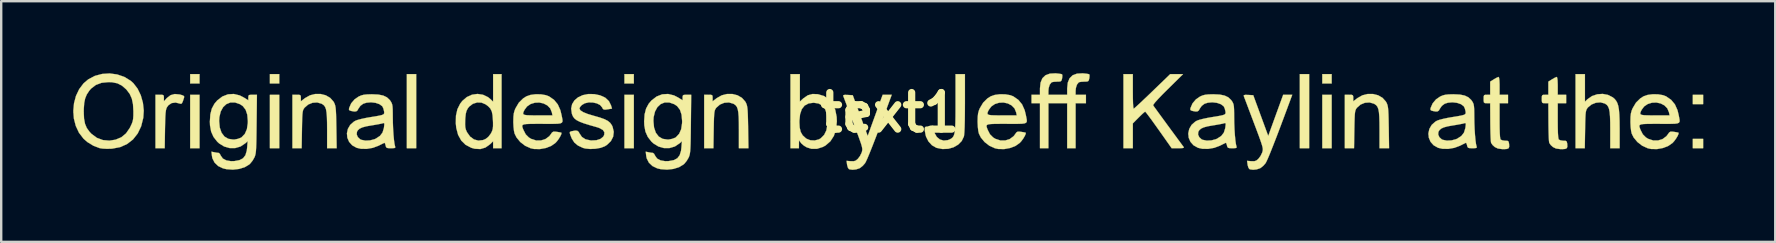
<source format=kicad_pcb>
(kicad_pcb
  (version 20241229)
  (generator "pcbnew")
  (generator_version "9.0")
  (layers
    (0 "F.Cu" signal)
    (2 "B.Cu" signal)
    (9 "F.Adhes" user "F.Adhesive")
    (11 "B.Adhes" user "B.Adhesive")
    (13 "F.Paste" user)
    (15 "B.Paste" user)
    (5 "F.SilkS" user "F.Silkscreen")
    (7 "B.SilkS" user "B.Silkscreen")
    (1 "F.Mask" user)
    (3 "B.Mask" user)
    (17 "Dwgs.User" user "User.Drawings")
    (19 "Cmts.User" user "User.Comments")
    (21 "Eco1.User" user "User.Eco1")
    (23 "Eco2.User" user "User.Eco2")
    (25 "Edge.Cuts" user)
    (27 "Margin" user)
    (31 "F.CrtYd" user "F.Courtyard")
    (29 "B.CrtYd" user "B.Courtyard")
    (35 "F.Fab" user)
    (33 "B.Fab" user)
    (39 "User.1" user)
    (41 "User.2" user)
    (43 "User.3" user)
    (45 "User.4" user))
  (footprint "text1"
    (layer "F.Cu")
    (at 34.024 1.64)
    (property "Reference" "text1" (at 0 0 0) (layer "F.SilkS") (effects (font (size 1.524 1.524) (thickness 0.3))))
    (attr through_hole)
    (fp_poly (pts (xy -28.761 -1.211) (xy -29.151 -1.211) (xy -29.151 -1.602) (xy -28.761 -1.602) (xy -28.761 -1.211)) (stroke (width 0.01) (type solid)) (fill yes) (layer "F.SilkS"))
    (fp_poly (pts (xy -28.761 1.485) (xy -29.151 1.485) (xy -29.151 -0.742) (xy -28.761 -0.742) (xy -28.761 1.485)) (stroke (width 0.01) (type solid)) (fill yes) (layer "F.SilkS"))
    (fp_poly (pts (xy -25.439 -1.211) (xy -25.83 -1.211) (xy -25.83 -1.602) (xy -25.439 -1.602) (xy -25.439 -1.211)) (stroke (width 0.01) (type solid)) (fill yes) (layer "F.SilkS"))
    (fp_poly (pts (xy -25.439 1.485) (xy -25.83 1.485) (xy -25.83 -0.742) (xy -25.439 -0.742) (xy -25.439 1.485)) (stroke (width 0.01) (type solid)) (fill yes) (layer "F.SilkS"))
    (fp_poly (pts (xy -19.734 1.485) (xy -20.125 1.485) (xy -20.125 -1.602) (xy -19.734 -1.602) (xy -19.734 1.485)) (stroke (width 0.01) (type solid)) (fill yes) (layer "F.SilkS"))
    (fp_poly (pts (xy -10.668 -1.211) (xy -11.059 -1.211) (xy -11.059 -1.602) (xy -10.668 -1.602) (xy -10.668 -1.211)) (stroke (width 0.01) (type solid)) (fill yes) (layer "F.SilkS"))
    (fp_poly (pts (xy -10.668 1.485) (xy -11.059 1.485) (xy -11.059 -0.742) (xy -10.668 -0.742) (xy -10.668 1.485)) (stroke (width 0.01) (type solid)) (fill yes) (layer "F.SilkS"))
    (fp_poly (pts (xy 17.467 1.485) (xy 17.077 1.485) (xy 17.077 -1.602) (xy 17.467 -1.602) (xy 17.467 1.485)) (stroke (width 0.01) (type solid)) (fill yes) (layer "F.SilkS"))
    (fp_poly (pts (xy 18.405 -1.211) (xy 18.014 -1.211) (xy 18.014 -1.602) (xy 18.405 -1.602) (xy 18.405 -1.211)) (stroke (width 0.01) (type solid)) (fill yes) (layer "F.SilkS"))
    (fp_poly (pts (xy 18.405 1.485) (xy 18.014 1.485) (xy 18.014 -0.742) (xy 18.405 -0.742) (xy 18.405 1.485)) (stroke (width 0.01) (type solid)) (fill yes) (layer "F.SilkS"))
    (fp_poly (pts (xy 33.88 -0.352) (xy 33.45 -0.352) (xy 33.45 -0.742) (xy 33.88 -0.742) (xy 33.88 -0.352)) (stroke (width 0.01) (type solid)) (fill yes) (layer "F.SilkS"))
    (fp_poly (pts (xy 33.88 1.485) (xy 33.45 1.485) (xy 33.45 1.094) (xy 33.88 1.094) (xy 33.88 1.485)) (stroke (width 0.01) (type solid)) (fill yes) (layer "F.SilkS"))
    (fp_poly (pts (xy -29.585 -0.753) (xy -29.549 -0.744) (xy -29.446 -0.711) (xy -29.404 -0.677) (xy -29.405 -0.626) (xy -29.409 -0.613) (xy -29.455 -0.473) (xy -29.492 -0.394) (xy -29.527 -0.365) (xy -29.569 -0.371) (xy -29.572 -0.372) (xy -29.758 -0.418) (xy -29.924 -0.395) (xy -30.058 -0.305) (xy -30.12 -0.219) (xy -30.144 -0.164) (xy -30.162 -0.089) (xy -30.176 0.018) (xy -30.186 0.167) (xy -30.193 0.369) (xy -30.199 0.637) (xy -30.2 0.694) (xy -30.212 1.485) (xy -30.597 1.485) (xy -30.597 -0.742) (xy -30.421 -0.742) (xy -30.313 -0.74) (xy -30.262 -0.72) (xy -30.247 -0.667) (xy -30.246 -0.606) (xy -30.246 -0.47) (xy -30.119 -0.608) (xy -29.968 -0.725) (xy -29.793 -0.773) (xy -29.585 -0.753)) (stroke (width 0.01) (type solid)) (fill yes) (layer "F.SilkS"))
    (fp_poly (pts (xy 28.956 -0.454) (xy 29.063 -0.557) (xy 29.251 -0.688) (xy 29.468 -0.762) (xy 29.697 -0.778) (xy 29.918 -0.736) (xy 30.114 -0.636) (xy 30.19 -0.572) (xy 30.255 -0.493) (xy 30.306 -0.399) (xy 30.345 -0.278) (xy 30.372 -0.12) (xy 30.389 0.084) (xy 30.399 0.345) (xy 30.402 0.672) (xy 30.402 0.725) (xy 30.402 1.485) (xy 30.011 1.485) (xy 30.011 0.713) (xy 30.009 0.404) (xy 30.001 0.164) (xy 29.986 -0.019) (xy 29.96 -0.153) (xy 29.922 -0.249) (xy 29.871 -0.317) (xy 29.803 -0.366) (xy 29.777 -0.38) (xy 29.603 -0.426) (xy 29.414 -0.41) (xy 29.233 -0.338) (xy 29.084 -0.217) (xy 29.056 -0.183) (xy 29.029 -0.139) (xy 29.008 -0.088) (xy 28.992 -0.016) (xy 28.981 0.087) (xy 28.974 0.232) (xy 28.968 0.433) (xy 28.963 0.7) (xy 28.963 0.706) (xy 28.95 1.485) (xy 28.565 1.485) (xy 28.565 -1.602) (xy 28.956 -1.602) (xy 28.956 -0.454)) (stroke (width 0.01) (type solid)) (fill yes) (layer "F.SilkS"))
    (fp_poly (pts (xy 3.126 -0.381) (xy 3.124 0.005) (xy 3.12 0.336) (xy 3.113 0.608) (xy 3.103 0.814) (xy 3.091 0.95) (xy 3.083 0.996) (xy 2.993 1.184) (xy 2.844 1.335) (xy 2.652 1.446) (xy 2.429 1.509) (xy 2.19 1.519) (xy 1.949 1.471) (xy 1.934 1.466) (xy 1.755 1.364) (xy 1.608 1.205) (xy 1.508 1.008) (xy 1.487 0.932) (xy 1.456 0.765) (xy 1.448 0.659) (xy 1.467 0.604) (xy 1.511 0.586) (xy 1.519 0.586) (xy 1.61 0.579) (xy 1.714 0.562) (xy 1.797 0.551) (xy 1.83 0.577) (xy 1.837 0.661) (xy 1.837 0.669) (xy 1.868 0.863) (xy 1.955 1.016) (xy 2.083 1.12) (xy 2.241 1.167) (xy 2.415 1.148) (xy 2.506 1.111) (xy 2.566 1.076) (xy 2.615 1.034) (xy 2.654 0.976) (xy 2.683 0.896) (xy 2.704 0.783) (xy 2.719 0.631) (xy 2.728 0.431) (xy 2.733 0.175) (xy 2.735 -0.145) (xy 2.735 -0.409) (xy 2.735 -1.602) (xy 3.126 -1.602) (xy 3.126 -0.381)) (stroke (width 0.01) (type solid)) (fill yes) (layer "F.SilkS"))
    (fp_poly (pts (xy -23.714 -0.774) (xy -23.503 -0.72) (xy -23.32 -0.614) (xy -23.181 -0.459) (xy -23.153 -0.41) (xy -23.127 -0.351) (xy -23.107 -0.284) (xy -23.092 -0.198) (xy -23.081 -0.08) (xy -23.073 0.08) (xy -23.067 0.294) (xy -23.062 0.573) (xy -23.061 0.615) (xy -23.048 1.485) (xy -23.446 1.485) (xy -23.446 0.722) (xy -23.448 0.415) (xy -23.455 0.176) (xy -23.47 -0.005) (xy -23.493 -0.138) (xy -23.529 -0.233) (xy -23.578 -0.301) (xy -23.643 -0.35) (xy -23.676 -0.369) (xy -23.859 -0.422) (xy -24.052 -0.409) (xy -24.234 -0.335) (xy -24.385 -0.204) (xy -24.401 -0.183) (xy -24.429 -0.139) (xy -24.45 -0.088) (xy -24.465 -0.016) (xy -24.476 0.087) (xy -24.484 0.232) (xy -24.489 0.433) (xy -24.494 0.7) (xy -24.494 0.706) (xy -24.507 1.485) (xy -24.892 1.485) (xy -24.892 -0.742) (xy -24.716 -0.742) (xy -24.608 -0.74) (xy -24.557 -0.72) (xy -24.541 -0.667) (xy -24.54 -0.606) (xy -24.54 -0.469) (xy -24.365 -0.604) (xy -24.16 -0.719) (xy -23.938 -0.775) (xy -23.714 -0.774)) (stroke (width 0.01) (type solid)) (fill yes) (layer "F.SilkS"))
    (fp_poly (pts (xy -6.559 -0.774) (xy -6.348 -0.72) (xy -6.165 -0.614) (xy -6.026 -0.459) (xy -5.998 -0.41) (xy -5.973 -0.351) (xy -5.953 -0.284) (xy -5.938 -0.198) (xy -5.927 -0.08) (xy -5.919 0.08) (xy -5.913 0.294) (xy -5.907 0.573) (xy -5.907 0.615) (xy -5.893 1.485) (xy -6.291 1.485) (xy -6.291 0.722) (xy -6.293 0.415) (xy -6.3 0.176) (xy -6.315 -0.005) (xy -6.339 -0.138) (xy -6.374 -0.233) (xy -6.423 -0.301) (xy -6.488 -0.35) (xy -6.521 -0.369) (xy -6.704 -0.422) (xy -6.898 -0.409) (xy -7.08 -0.335) (xy -7.23 -0.204) (xy -7.246 -0.183) (xy -7.274 -0.139) (xy -7.295 -0.088) (xy -7.31 -0.016) (xy -7.321 0.087) (xy -7.329 0.232) (xy -7.335 0.433) (xy -7.34 0.7) (xy -7.34 0.706) (xy -7.352 1.485) (xy -7.737 1.485) (xy -7.737 -0.742) (xy -7.561 -0.742) (xy -7.453 -0.74) (xy -7.402 -0.72) (xy -7.387 -0.667) (xy -7.386 -0.606) (xy -7.386 -0.469) (xy -7.21 -0.604) (xy -7.005 -0.719) (xy -6.783 -0.775) (xy -6.559 -0.774)) (stroke (width 0.01) (type solid)) (fill yes) (layer "F.SilkS"))
    (fp_poly (pts (xy 20.13 -0.774) (xy 20.342 -0.72) (xy 20.524 -0.614) (xy 20.663 -0.459) (xy 20.691 -0.41) (xy 20.717 -0.351) (xy 20.737 -0.284) (xy 20.752 -0.198) (xy 20.763 -0.08) (xy 20.771 0.08) (xy 20.777 0.294) (xy 20.782 0.573) (xy 20.783 0.615) (xy 20.796 1.485) (xy 20.398 1.485) (xy 20.398 0.722) (xy 20.396 0.415) (xy 20.389 0.176) (xy 20.375 -0.005) (xy 20.351 -0.138) (xy 20.315 -0.233) (xy 20.266 -0.301) (xy 20.201 -0.35) (xy 20.169 -0.369) (xy 19.985 -0.422) (xy 19.792 -0.409) (xy 19.61 -0.335) (xy 19.46 -0.204) (xy 19.444 -0.183) (xy 19.416 -0.139) (xy 19.395 -0.088) (xy 19.379 -0.016) (xy 19.368 0.087) (xy 19.361 0.232) (xy 19.355 0.433) (xy 19.35 0.7) (xy 19.35 0.706) (xy 19.337 1.485) (xy 18.952 1.485) (xy 18.952 -0.742) (xy 19.128 -0.742) (xy 19.236 -0.74) (xy 19.287 -0.72) (xy 19.303 -0.667) (xy 19.304 -0.606) (xy 19.304 -0.469) (xy 19.48 -0.604) (xy 19.684 -0.719) (xy 19.906 -0.775) (xy 20.13 -0.774)) (stroke (width 0.01) (type solid)) (fill yes) (layer "F.SilkS"))
    (fp_poly (pts (xy 25.379 -1.448) (xy 25.393 -1.343) (xy 25.4 -1.18) (xy 25.4 -1.114) (xy 25.4 -0.742) (xy 25.752 -0.742) (xy 25.752 -0.391) (xy 25.4 -0.391) (xy 25.4 0.344) (xy 25.402 0.636) (xy 25.408 0.855) (xy 25.418 1.006) (xy 25.433 1.096) (xy 25.447 1.125) (xy 25.515 1.157) (xy 25.621 1.172) (xy 25.638 1.172) (xy 25.731 1.177) (xy 25.775 1.208) (xy 25.793 1.286) (xy 25.797 1.328) (xy 25.8 1.427) (xy 25.776 1.486) (xy 25.708 1.515) (xy 25.584 1.524) (xy 25.52 1.524) (xy 25.328 1.497) (xy 25.202 1.436) (xy 25.11 1.354) (xy 25.05 1.266) (xy 25.044 1.25) (xy 25.036 1.182) (xy 25.028 1.049) (xy 25.021 0.866) (xy 25.016 0.646) (xy 25.013 0.404) (xy 25.013 0.381) (xy 25.009 -0.391) (xy 24.872 -0.391) (xy 24.788 -0.395) (xy 24.749 -0.42) (xy 24.737 -0.488) (xy 24.736 -0.567) (xy 24.739 -0.675) (xy 24.758 -0.726) (xy 24.812 -0.741) (xy 24.872 -0.742) (xy 25.009 -0.742) (xy 25.009 -1.289) (xy 25.165 -1.387) (xy 25.265 -1.445) (xy 25.341 -1.48) (xy 25.36 -1.485) (xy 25.379 -1.448)) (stroke (width 0.01) (type solid)) (fill yes) (layer "F.SilkS"))
    (fp_poly (pts (xy 27.802 -1.448) (xy 27.816 -1.343) (xy 27.822 -1.18) (xy 27.823 -1.114) (xy 27.823 -0.742) (xy 28.174 -0.742) (xy 28.174 -0.391) (xy 27.823 -0.391) (xy 27.823 0.344) (xy 27.825 0.636) (xy 27.831 0.855) (xy 27.841 1.006) (xy 27.856 1.096) (xy 27.87 1.125) (xy 27.938 1.157) (xy 28.044 1.172) (xy 28.061 1.172) (xy 28.154 1.177) (xy 28.198 1.208) (xy 28.216 1.286) (xy 28.22 1.328) (xy 28.223 1.427) (xy 28.198 1.486) (xy 28.131 1.515) (xy 28.006 1.524) (xy 27.943 1.524) (xy 27.75 1.497) (xy 27.625 1.436) (xy 27.533 1.354) (xy 27.473 1.266) (xy 27.467 1.25) (xy 27.458 1.182) (xy 27.45 1.049) (xy 27.444 0.866) (xy 27.439 0.646) (xy 27.436 0.404) (xy 27.436 0.381) (xy 27.432 -0.391) (xy 27.295 -0.391) (xy 27.211 -0.395) (xy 27.171 -0.42) (xy 27.159 -0.488) (xy 27.158 -0.567) (xy 27.161 -0.675) (xy 27.181 -0.726) (xy 27.234 -0.741) (xy 27.295 -0.742) (xy 27.432 -0.742) (xy 27.432 -1.289) (xy 27.588 -1.387) (xy 27.688 -1.445) (xy 27.764 -1.48) (xy 27.783 -1.485) (xy 27.802 -1.448)) (stroke (width 0.01) (type solid)) (fill yes) (layer "F.SilkS"))
    (fp_poly (pts (xy -3.751 -0.46) (xy -3.597 -0.599) (xy -3.418 -0.721) (xy -3.219 -0.774) (xy -2.999 -0.765) (xy -2.751 -0.692) (xy -2.546 -0.555) (xy -2.386 -0.361) (xy -2.276 -0.114) (xy -2.218 0.181) (xy -2.21 0.371) (xy -2.243 0.693) (xy -2.333 0.969) (xy -2.479 1.196) (xy -2.678 1.369) (xy -2.791 1.431) (xy -3.034 1.509) (xy -3.266 1.51) (xy -3.461 1.45) (xy -3.583 1.377) (xy -3.686 1.288) (xy -3.704 1.265) (xy -3.788 1.153) (xy -3.79 1.485) (xy -4.142 1.485) (xy -4.142 0.391) (xy -3.771 0.391) (xy -3.758 0.628) (xy -3.715 0.808) (xy -3.634 0.948) (xy -3.508 1.065) (xy -3.476 1.088) (xy -3.316 1.153) (xy -3.134 1.162) (xy -2.959 1.117) (xy -2.881 1.071) (xy -2.739 0.929) (xy -2.648 0.744) (xy -2.605 0.508) (xy -2.6 0.371) (xy -2.623 0.09) (xy -2.693 -0.129) (xy -2.809 -0.285) (xy -2.972 -0.379) (xy -3.178 -0.41) (xy -3.389 -0.381) (xy -3.552 -0.292) (xy -3.67 -0.143) (xy -3.742 0.069) (xy -3.77 0.345) (xy -3.771 0.391) (xy -4.142 0.391) (xy -4.142 -1.602) (xy -3.751 -1.602) (xy -3.751 -0.46)) (stroke (width 0.01) (type solid)) (fill yes) (layer "F.SilkS"))
    (fp_poly (pts (xy -0.006 -0.518) (xy -0.223 0.069) (xy -0.416 0.582) (xy -0.583 1.022) (xy -0.725 1.388) (xy -0.842 1.681) (xy -0.934 1.901) (xy -1 2.046) (xy -1.037 2.112) (xy -1.131 2.219) (xy -1.239 2.305) (xy -1.269 2.322) (xy -1.408 2.367) (xy -1.554 2.382) (xy -1.677 2.366) (xy -1.713 2.35) (xy -1.751 2.292) (xy -1.78 2.191) (xy -1.785 2.164) (xy -1.805 2.011) (xy -1.626 2.026) (xy -1.505 2.027) (xy -1.421 1.999) (xy -1.337 1.929) (xy -1.333 1.925) (xy -1.246 1.81) (xy -1.178 1.672) (xy -1.17 1.648) (xy -1.157 1.6) (xy -1.15 1.552) (xy -1.152 1.495) (xy -1.166 1.421) (xy -1.194 1.321) (xy -1.24 1.186) (xy -1.304 1.006) (xy -1.391 0.772) (xy -1.503 0.476) (xy -1.523 0.421) (xy -1.627 0.147) (xy -1.722 -0.104) (xy -1.804 -0.323) (xy -1.871 -0.5) (xy -1.918 -0.626) (xy -1.943 -0.691) (xy -1.945 -0.696) (xy -1.937 -0.725) (xy -1.877 -0.738) (xy -1.756 -0.735) (xy -1.547 -0.723) (xy -1.236 0.126) (xy -0.924 0.974) (xy -0.613 0.116) (xy -0.301 -0.742) (xy 0.077 -0.742) (xy -0.006 -0.518)) (stroke (width 0.01) (type solid)) (fill yes) (layer "F.SilkS"))
    (fp_poly (pts (xy 16.68 -0.518) (xy 16.462 0.069) (xy 16.27 0.582) (xy 16.103 1.022) (xy 15.96 1.388) (xy 15.844 1.681) (xy 15.752 1.901) (xy 15.685 2.046) (xy 15.649 2.112) (xy 15.555 2.219) (xy 15.447 2.305) (xy 15.416 2.322) (xy 15.278 2.367) (xy 15.132 2.382) (xy 15.009 2.366) (xy 14.973 2.35) (xy 14.935 2.292) (xy 14.905 2.191) (xy 14.901 2.164) (xy 14.88 2.011) (xy 15.059 2.026) (xy 15.181 2.027) (xy 15.265 1.999) (xy 15.349 1.929) (xy 15.353 1.925) (xy 15.44 1.81) (xy 15.508 1.672) (xy 15.516 1.648) (xy 15.529 1.6) (xy 15.536 1.552) (xy 15.534 1.495) (xy 15.52 1.421) (xy 15.491 1.321) (xy 15.446 1.186) (xy 15.382 1.006) (xy 15.295 0.772) (xy 15.183 0.476) (xy 15.162 0.421) (xy 15.059 0.147) (xy 14.964 -0.104) (xy 14.882 -0.323) (xy 14.815 -0.5) (xy 14.767 -0.626) (xy 14.743 -0.691) (xy 14.741 -0.696) (xy 14.749 -0.725) (xy 14.809 -0.738) (xy 14.93 -0.735) (xy 15.138 -0.723) (xy 15.45 0.126) (xy 15.762 0.974) (xy 16.073 0.116) (xy 16.385 -0.742) (xy 16.763 -0.742) (xy 16.68 -0.518)) (stroke (width 0.01) (type solid)) (fill yes) (layer "F.SilkS"))
    (fp_poly (pts (xy 10.121 -0.876) (xy 10.123 -0.59) (xy 10.129 -0.375) (xy 10.139 -0.234) (xy 10.153 -0.168) (xy 10.161 -0.163) (xy 10.198 -0.193) (xy 10.284 -0.27) (xy 10.411 -0.386) (xy 10.569 -0.536) (xy 10.753 -0.71) (xy 10.939 -0.889) (xy 11.678 -1.602) (xy 11.945 -1.601) (xy 12.212 -1.6) (xy 11.576 -0.974) (xy 11.357 -0.756) (xy 11.184 -0.576) (xy 11.059 -0.438) (xy 10.986 -0.345) (xy 10.968 -0.301) (xy 10.968 -0.301) (xy 10.996 -0.26) (xy 11.064 -0.166) (xy 11.163 -0.03) (xy 11.286 0.139) (xy 11.426 0.33) (xy 11.574 0.533) (xy 11.725 0.738) (xy 11.869 0.934) (xy 12 1.112) (xy 12.11 1.261) (xy 12.191 1.371) (xy 12.237 1.432) (xy 12.241 1.436) (xy 12.245 1.462) (xy 12.199 1.478) (xy 12.091 1.484) (xy 12.009 1.485) (xy 11.739 1.485) (xy 11.201 0.723) (xy 11.049 0.51) (xy 10.912 0.319) (xy 10.795 0.161) (xy 10.706 0.043) (xy 10.65 -0.025) (xy 10.635 -0.039) (xy 10.597 -0.013) (xy 10.518 0.056) (xy 10.414 0.157) (xy 10.364 0.206) (xy 10.121 0.451) (xy 10.121 1.485) (xy 9.73 1.485) (xy 9.73 -1.602) (xy 10.121 -1.602) (xy 10.121 -0.876)) (stroke (width 0.01) (type solid)) (fill yes) (layer "F.SilkS"))
    (fp_poly (pts (xy -16.178 1.485) (xy -16.53 1.485) (xy -16.53 1.196) (xy -16.657 1.319) (xy -16.85 1.457) (xy -17.064 1.52) (xy -17.299 1.507) (xy -17.438 1.468) (xy -17.674 1.346) (xy -17.858 1.165) (xy -17.989 0.929) (xy -18.066 0.637) (xy -18.081 0.486) (xy -17.697 0.486) (xy -17.69 0.609) (xy -17.667 0.707) (xy -17.625 0.804) (xy -17.617 0.82) (xy -17.488 1.002) (xy -17.327 1.119) (xy -17.145 1.168) (xy -16.952 1.146) (xy -16.843 1.1) (xy -16.726 1.007) (xy -16.625 0.873) (xy -16.615 0.856) (xy -16.571 0.764) (xy -16.545 0.676) (xy -16.534 0.569) (xy -16.534 0.419) (xy -16.538 0.323) (xy -16.554 0.108) (xy -16.586 -0.048) (xy -16.645 -0.166) (xy -16.739 -0.265) (xy -16.842 -0.342) (xy -17.013 -0.415) (xy -17.197 -0.421) (xy -17.375 -0.365) (xy -17.526 -0.25) (xy -17.592 -0.164) (xy -17.64 -0.066) (xy -17.67 0.053) (xy -17.688 0.218) (xy -17.693 0.31) (xy -17.697 0.486) (xy -18.081 0.486) (xy -18.085 0.447) (xy -18.078 0.129) (xy -18.018 -0.14) (xy -17.902 -0.371) (xy -17.813 -0.486) (xy -17.625 -0.647) (xy -17.409 -0.745) (xy -17.18 -0.777) (xy -16.953 -0.743) (xy -16.742 -0.642) (xy -16.637 -0.557) (xy -16.53 -0.454) (xy -16.53 -1.602) (xy -16.178 -1.602) (xy -16.178 1.485)) (stroke (width 0.01) (type solid)) (fill yes) (layer "F.SilkS"))
    (fp_poly (pts (xy 8.058 -1.633) (xy 8.184 -1.62) (xy 8.276 -1.604) (xy 8.308 -1.592) (xy 8.318 -1.54) (xy 8.31 -1.446) (xy 8.307 -1.428) (xy 8.287 -1.344) (xy 8.252 -1.303) (xy 8.178 -1.29) (xy 8.097 -1.289) (xy 7.978 -1.283) (xy 7.891 -1.268) (xy 7.87 -1.26) (xy 7.794 -1.167) (xy 7.748 -1.023) (xy 7.737 -0.901) (xy 7.737 -0.742) (xy 8.167 -0.742) (xy 8.167 -0.391) (xy 7.737 -0.391) (xy 7.737 1.485) (xy 7.386 1.485) (xy 7.386 -0.391) (xy 6.604 -0.391) (xy 6.604 1.485) (xy 6.252 1.485) (xy 6.252 -0.391) (xy 5.901 -0.391) (xy 5.901 -0.742) (xy 6.252 -0.742) (xy 6.252 -1.006) (xy 6.277 -1.248) (xy 6.353 -1.43) (xy 6.481 -1.554) (xy 6.662 -1.622) (xy 6.899 -1.635) (xy 6.924 -1.633) (xy 7.05 -1.62) (xy 7.143 -1.604) (xy 7.174 -1.592) (xy 7.185 -1.54) (xy 7.177 -1.446) (xy 7.174 -1.428) (xy 7.153 -1.344) (xy 7.118 -1.303) (xy 7.045 -1.29) (xy 6.964 -1.289) (xy 6.845 -1.283) (xy 6.758 -1.268) (xy 6.737 -1.26) (xy 6.661 -1.167) (xy 6.615 -1.023) (xy 6.604 -0.901) (xy 6.604 -0.742) (xy 7.386 -0.742) (xy 7.386 -1.006) (xy 7.411 -1.248) (xy 7.486 -1.43) (xy 7.614 -1.554) (xy 7.795 -1.622) (xy 8.032 -1.635) (xy 8.058 -1.633)) (stroke (width 0.01) (type solid)) (fill yes) (layer "F.SilkS"))
    (fp_poly (pts (xy -32.191 -1.588) (xy -31.896 -1.487) (xy -31.633 -1.327) (xy -31.52 -1.227) (xy -31.343 -0.998) (xy -31.208 -0.72) (xy -31.12 -0.408) (xy -31.085 -0.083) (xy -31.105 0.218) (xy -31.193 0.57) (xy -31.338 0.872) (xy -31.534 1.12) (xy -31.779 1.31) (xy -32.068 1.439) (xy -32.397 1.502) (xy -32.463 1.507) (xy -32.632 1.509) (xy -32.792 1.501) (xy -32.908 1.485) (xy -32.913 1.484) (xy -33.179 1.384) (xy -33.433 1.229) (xy -33.594 1.088) (xy -33.784 0.84) (xy -33.917 0.556) (xy -33.996 0.248) (xy -34.016 -0.02) (xy -33.585 -0.02) (xy -33.573 0.25) (xy -33.533 0.464) (xy -33.459 0.642) (xy -33.342 0.803) (xy -33.256 0.893) (xy -33.037 1.053) (xy -32.785 1.146) (xy -32.512 1.169) (xy -32.259 1.129) (xy -32.019 1.028) (xy -31.825 0.868) (xy -31.669 0.643) (xy -31.645 0.596) (xy -31.585 0.469) (xy -31.547 0.365) (xy -31.527 0.259) (xy -31.518 0.125) (xy -31.517 -0.058) (xy -31.533 -0.347) (xy -31.582 -0.581) (xy -31.669 -0.776) (xy -31.801 -0.95) (xy -31.82 -0.971) (xy -31.997 -1.124) (xy -32.184 -1.219) (xy -32.405 -1.263) (xy -32.552 -1.269) (xy -32.839 -1.241) (xy -33.079 -1.152) (xy -33.278 -1) (xy -33.36 -0.905) (xy -33.459 -0.753) (xy -33.526 -0.59) (xy -33.566 -0.398) (xy -33.583 -0.156) (xy -33.585 -0.02) (xy -34.016 -0.02) (xy -34.019 -0.072) (xy -33.99 -0.391) (xy -33.908 -0.697) (xy -33.775 -0.976) (xy -33.592 -1.218) (xy -33.398 -1.383) (xy -33.121 -1.529) (xy -32.818 -1.61) (xy -32.503 -1.63) (xy -32.191 -1.588)) (stroke (width 0.01) (type solid)) (fill yes) (layer "F.SilkS"))
    (fp_poly (pts (xy -12.317 -0.769) (xy -12.075 -0.719) (xy -11.86 -0.622) (xy -11.706 -0.477) (xy -11.619 -0.302) (xy -11.577 -0.165) (xy -11.718 -0.142) (xy -11.844 -0.123) (xy -11.916 -0.126) (xy -11.958 -0.156) (xy -11.99 -0.217) (xy -12.075 -0.316) (xy -12.211 -0.384) (xy -12.377 -0.421) (xy -12.551 -0.423) (xy -12.712 -0.387) (xy -12.837 -0.312) (xy -12.904 -0.237) (xy -12.934 -0.176) (xy -12.934 -0.172) (xy -12.896 -0.096) (xy -12.78 -0.019) (xy -12.587 0.059) (xy -12.339 0.133) (xy -12.081 0.207) (xy -11.888 0.276) (xy -11.749 0.348) (xy -11.651 0.43) (xy -11.582 0.53) (xy -11.553 0.592) (xy -11.504 0.802) (xy -11.529 1.004) (xy -11.624 1.189) (xy -11.786 1.345) (xy -11.878 1.404) (xy -12.05 1.469) (xy -12.265 1.507) (xy -12.49 1.517) (xy -12.695 1.496) (xy -12.788 1.471) (xy -12.996 1.373) (xy -13.144 1.251) (xy -13.251 1.085) (xy -13.307 0.947) (xy -13.337 0.853) (xy -13.331 0.807) (xy -13.284 0.784) (xy -13.254 0.776) (xy -13.112 0.75) (xy -13.023 0.758) (xy -12.965 0.805) (xy -12.932 0.867) (xy -12.83 1.017) (xy -12.681 1.113) (xy -12.477 1.159) (xy -12.437 1.162) (xy -12.226 1.152) (xy -12.057 1.097) (xy -11.941 1.002) (xy -11.902 0.929) (xy -11.895 0.818) (xy -11.959 0.724) (xy -12.096 0.646) (xy -12.228 0.602) (xy -12.524 0.518) (xy -12.754 0.446) (xy -12.926 0.38) (xy -13.051 0.316) (xy -13.139 0.247) (xy -13.199 0.169) (xy -13.24 0.077) (xy -13.251 0.04) (xy -13.279 -0.167) (xy -13.239 -0.352) (xy -13.139 -0.511) (xy -12.988 -0.638) (xy -12.795 -0.726) (xy -12.569 -0.772) (xy -12.317 -0.769)) (stroke (width 0.01) (type solid)) (fill yes) (layer "F.SilkS"))
    (fp_poly (pts (xy -14.536 -0.76) (xy -14.331 -0.725) (xy -14.204 -0.677) (xy -13.992 -0.53) (xy -13.836 -0.341) (xy -13.729 -0.102) (xy -13.681 0.096) (xy -13.656 0.218) (xy -13.64 0.31) (xy -13.641 0.377) (xy -13.669 0.422) (xy -13.73 0.45) (xy -13.836 0.464) (xy -13.994 0.469) (xy -14.212 0.47) (xy -14.478 0.469) (xy -14.764 0.469) (xy -14.98 0.471) (xy -15.135 0.477) (xy -15.238 0.49) (xy -15.295 0.513) (xy -15.317 0.549) (xy -15.312 0.601) (xy -15.288 0.67) (xy -15.266 0.724) (xy -15.171 0.908) (xy -15.041 1.037) (xy -14.944 1.096) (xy -14.742 1.161) (xy -14.537 1.162) (xy -14.348 1.102) (xy -14.191 0.986) (xy -14.132 0.91) (xy -14.075 0.829) (xy -14.02 0.795) (xy -13.935 0.795) (xy -13.872 0.803) (xy -13.765 0.82) (xy -13.696 0.835) (xy -13.684 0.84) (xy -13.685 0.888) (xy -13.724 0.976) (xy -13.788 1.084) (xy -13.867 1.192) (xy -13.933 1.264) (xy -14.11 1.389) (xy -14.335 1.476) (xy -14.581 1.521) (xy -14.825 1.517) (xy -14.967 1.487) (xy -15.195 1.384) (xy -15.397 1.228) (xy -15.555 1.037) (xy -15.636 0.875) (xy -15.661 0.762) (xy -15.679 0.6) (xy -15.689 0.416) (xy -15.689 0.371) (xy -15.684 0.176) (xy -15.668 0.032) (xy -15.667 0.03) (xy -15.281 0.03) (xy -15.267 0.071) (xy -15.213 0.097) (xy -15.108 0.111) (xy -14.944 0.116) (xy -14.712 0.117) (xy -14.668 0.117) (xy -14.058 0.117) (xy -14.083 -0.008) (xy -14.151 -0.174) (xy -14.272 -0.298) (xy -14.429 -0.38) (xy -14.607 -0.419) (xy -14.791 -0.411) (xy -14.967 -0.357) (xy -15.117 -0.255) (xy -15.221 -0.116) (xy -15.263 -0.031) (xy -15.281 0.03) (xy -15.667 0.03) (xy -15.635 -0.088) (xy -15.599 -0.176) (xy -15.459 -0.413) (xy -15.278 -0.591) (xy -15.142 -0.677) (xy -14.972 -0.736) (xy -14.76 -0.764) (xy -14.536 -0.76)) (stroke (width 0.01) (type solid)) (fill yes) (layer "F.SilkS"))
    (fp_poly (pts (xy 4.807 -0.76) (xy 5.012 -0.725) (xy 5.139 -0.677) (xy 5.351 -0.53) (xy 5.507 -0.341) (xy 5.614 -0.102) (xy 5.663 0.096) (xy 5.687 0.218) (xy 5.703 0.31) (xy 5.702 0.377) (xy 5.675 0.422) (xy 5.613 0.45) (xy 5.507 0.464) (xy 5.35 0.469) (xy 5.131 0.47) (xy 4.865 0.469) (xy 4.579 0.469) (xy 4.363 0.471) (xy 4.208 0.477) (xy 4.106 0.49) (xy 4.048 0.513) (xy 4.026 0.549) (xy 4.031 0.601) (xy 4.056 0.67) (xy 4.077 0.724) (xy 4.172 0.908) (xy 4.302 1.037) (xy 4.4 1.096) (xy 4.601 1.161) (xy 4.806 1.162) (xy 4.995 1.102) (xy 5.152 0.986) (xy 5.211 0.91) (xy 5.268 0.829) (xy 5.323 0.795) (xy 5.408 0.795) (xy 5.471 0.803) (xy 5.578 0.82) (xy 5.647 0.835) (xy 5.659 0.84) (xy 5.658 0.888) (xy 5.619 0.976) (xy 5.555 1.084) (xy 5.476 1.192) (xy 5.41 1.264) (xy 5.233 1.389) (xy 5.008 1.476) (xy 4.762 1.521) (xy 4.518 1.517) (xy 4.376 1.487) (xy 4.148 1.384) (xy 3.946 1.228) (xy 3.788 1.037) (xy 3.708 0.875) (xy 3.682 0.762) (xy 3.664 0.6) (xy 3.655 0.416) (xy 3.654 0.371) (xy 3.659 0.176) (xy 3.675 0.032) (xy 3.676 0.03) (xy 4.062 0.03) (xy 4.076 0.071) (xy 4.131 0.097) (xy 4.235 0.111) (xy 4.399 0.116) (xy 4.631 0.117) (xy 4.675 0.117) (xy 5.285 0.117) (xy 5.26 -0.008) (xy 5.192 -0.174) (xy 5.071 -0.298) (xy 4.914 -0.38) (xy 4.736 -0.419) (xy 4.552 -0.411) (xy 4.376 -0.357) (xy 4.226 -0.255) (xy 4.122 -0.116) (xy 4.08 -0.031) (xy 4.062 0.03) (xy 3.676 0.03) (xy 3.708 -0.088) (xy 3.744 -0.176) (xy 3.885 -0.413) (xy 4.065 -0.591) (xy 4.201 -0.677) (xy 4.371 -0.736) (xy 4.583 -0.764) (xy 4.807 -0.76)) (stroke (width 0.01) (type solid)) (fill yes) (layer "F.SilkS"))
    (fp_poly (pts (xy 32.005 -0.76) (xy 32.21 -0.725) (xy 32.336 -0.677) (xy 32.548 -0.53) (xy 32.705 -0.341) (xy 32.812 -0.102) (xy 32.86 0.096) (xy 32.884 0.218) (xy 32.9 0.31) (xy 32.899 0.377) (xy 32.872 0.422) (xy 32.81 0.45) (xy 32.705 0.464) (xy 32.547 0.469) (xy 32.328 0.47) (xy 32.063 0.469) (xy 31.777 0.469) (xy 31.56 0.471) (xy 31.405 0.477) (xy 31.303 0.49) (xy 31.245 0.513) (xy 31.223 0.549) (xy 31.229 0.601) (xy 31.253 0.67) (xy 31.274 0.724) (xy 31.369 0.908) (xy 31.499 1.037) (xy 31.597 1.096) (xy 31.799 1.161) (xy 32.004 1.162) (xy 32.193 1.102) (xy 32.349 0.986) (xy 32.408 0.91) (xy 32.466 0.829) (xy 32.521 0.795) (xy 32.605 0.795) (xy 32.668 0.803) (xy 32.776 0.82) (xy 32.845 0.835) (xy 32.856 0.84) (xy 32.855 0.888) (xy 32.817 0.976) (xy 32.752 1.084) (xy 32.673 1.192) (xy 32.608 1.264) (xy 32.43 1.389) (xy 32.206 1.476) (xy 31.96 1.521) (xy 31.716 1.517) (xy 31.574 1.487) (xy 31.346 1.384) (xy 31.144 1.228) (xy 30.985 1.037) (xy 30.905 0.875) (xy 30.88 0.762) (xy 30.861 0.6) (xy 30.852 0.416) (xy 30.852 0.371) (xy 30.856 0.176) (xy 30.872 0.032) (xy 30.873 0.03) (xy 31.259 0.03) (xy 31.273 0.071) (xy 31.328 0.097) (xy 31.433 0.111) (xy 31.597 0.116) (xy 31.828 0.117) (xy 31.872 0.117) (xy 32.483 0.117) (xy 32.458 -0.008) (xy 32.389 -0.174) (xy 32.269 -0.298) (xy 32.112 -0.38) (xy 31.934 -0.419) (xy 31.749 -0.411) (xy 31.574 -0.357) (xy 31.423 -0.255) (xy 31.319 -0.116) (xy 31.278 -0.031) (xy 31.259 0.03) (xy 30.873 0.03) (xy 30.905 -0.088) (xy 30.941 -0.176) (xy 31.082 -0.413) (xy 31.263 -0.591) (xy 31.398 -0.677) (xy 31.569 -0.736) (xy 31.781 -0.764) (xy 32.005 -0.76)) (stroke (width 0.01) (type solid)) (fill yes) (layer "F.SilkS"))
    (fp_poly (pts (xy -27.086 -0.715) (xy -26.922 -0.631) (xy -26.729 -0.511) (xy -26.729 -0.627) (xy -26.724 -0.697) (xy -26.694 -0.731) (xy -26.62 -0.742) (xy -26.549 -0.742) (xy -26.37 -0.742) (xy -26.384 0.479) (xy -26.388 0.823) (xy -26.392 1.098) (xy -26.397 1.313) (xy -26.404 1.479) (xy -26.412 1.603) (xy -26.423 1.696) (xy -26.438 1.767) (xy -26.456 1.825) (xy -26.479 1.877) (xy -26.556 2.009) (xy -26.652 2.127) (xy -26.685 2.159) (xy -26.876 2.275) (xy -27.113 2.348) (xy -27.375 2.377) (xy -27.638 2.358) (xy -27.784 2.324) (xy -27.984 2.228) (xy -28.134 2.085) (xy -28.225 1.906) (xy -28.243 1.814) (xy -28.264 1.629) (xy -28.136 1.655) (xy -28.035 1.673) (xy -27.965 1.68) (xy -27.963 1.68) (xy -27.92 1.713) (xy -27.876 1.793) (xy -27.874 1.798) (xy -27.789 1.916) (xy -27.645 1.992) (xy -27.451 2.025) (xy -27.308 2.021) (xy -27.099 1.982) (xy -26.949 1.904) (xy -26.85 1.776) (xy -26.794 1.59) (xy -26.777 1.452) (xy -26.757 1.192) (xy -26.851 1.278) (xy -27.05 1.412) (xy -27.274 1.478) (xy -27.507 1.478) (xy -27.736 1.413) (xy -27.947 1.283) (xy -28.022 1.214) (xy -28.179 1.014) (xy -28.278 0.792) (xy -28.325 0.531) (xy -28.331 0.371) (xy -28.329 0.352) (xy -27.945 0.352) (xy -27.919 0.622) (xy -27.844 0.839) (xy -27.725 0.997) (xy -27.562 1.093) (xy -27.361 1.124) (xy -27.302 1.122) (xy -27.165 1.095) (xy -27.043 1.049) (xy -27.009 1.029) (xy -26.873 0.886) (xy -26.788 0.691) (xy -26.751 0.44) (xy -26.749 0.352) (xy -26.772 0.088) (xy -26.84 -0.117) (xy -26.956 -0.268) (xy -27.079 -0.351) (xy -27.286 -0.422) (xy -27.476 -0.42) (xy -27.643 -0.353) (xy -27.78 -0.224) (xy -27.88 -0.041) (xy -27.935 0.191) (xy -27.945 0.352) (xy -28.329 0.352) (xy -28.311 0.076) (xy -28.25 -0.165) (xy -28.141 -0.368) (xy -28.025 -0.505) (xy -27.811 -0.669) (xy -27.578 -0.76) (xy -27.334 -0.775) (xy -27.086 -0.715)) (stroke (width 0.01) (type solid)) (fill yes) (layer "F.SilkS"))
    (fp_poly (pts (xy -8.993 -0.715) (xy -8.829 -0.631) (xy -8.636 -0.511) (xy -8.636 -0.627) (xy -8.631 -0.697) (xy -8.602 -0.731) (xy -8.527 -0.742) (xy -8.457 -0.742) (xy -8.278 -0.742) (xy -8.291 0.479) (xy -8.295 0.823) (xy -8.299 1.098) (xy -8.304 1.313) (xy -8.311 1.479) (xy -8.319 1.603) (xy -8.331 1.696) (xy -8.345 1.767) (xy -8.364 1.825) (xy -8.386 1.877) (xy -8.463 2.009) (xy -8.559 2.127) (xy -8.593 2.159) (xy -8.784 2.275) (xy -9.021 2.348) (xy -9.282 2.377) (xy -9.546 2.358) (xy -9.692 2.324) (xy -9.891 2.228) (xy -10.042 2.085) (xy -10.132 1.906) (xy -10.151 1.814) (xy -10.172 1.629) (xy -10.044 1.655) (xy -9.942 1.673) (xy -9.872 1.68) (xy -9.871 1.68) (xy -9.827 1.713) (xy -9.783 1.793) (xy -9.781 1.798) (xy -9.697 1.916) (xy -9.553 1.992) (xy -9.359 2.025) (xy -9.215 2.021) (xy -9.006 1.982) (xy -8.856 1.904) (xy -8.758 1.776) (xy -8.701 1.59) (xy -8.685 1.452) (xy -8.665 1.192) (xy -8.758 1.278) (xy -8.958 1.412) (xy -9.181 1.478) (xy -9.415 1.478) (xy -9.644 1.413) (xy -9.854 1.283) (xy -9.93 1.214) (xy -10.086 1.014) (xy -10.185 0.792) (xy -10.232 0.531) (xy -10.238 0.371) (xy -10.237 0.352) (xy -9.852 0.352) (xy -9.826 0.622) (xy -9.752 0.839) (xy -9.632 0.997) (xy -9.47 1.093) (xy -9.268 1.124) (xy -9.209 1.122) (xy -9.072 1.095) (xy -8.95 1.049) (xy -8.916 1.029) (xy -8.781 0.886) (xy -8.695 0.691) (xy -8.658 0.44) (xy -8.656 0.352) (xy -8.679 0.088) (xy -8.747 -0.117) (xy -8.864 -0.268) (xy -8.987 -0.351) (xy -9.193 -0.422) (xy -9.384 -0.42) (xy -9.551 -0.353) (xy -9.688 -0.224) (xy -9.787 -0.041) (xy -9.843 0.191) (xy -9.852 0.352) (xy -10.237 0.352) (xy -10.219 0.076) (xy -10.158 -0.165) (xy -10.049 -0.368) (xy -9.932 -0.505) (xy -9.719 -0.669) (xy -9.486 -0.76) (xy -9.241 -0.775) (xy -8.993 -0.715)) (stroke (width 0.01) (type solid)) (fill yes) (layer "F.SilkS"))
    (fp_poly (pts (xy -21.309 -0.75) (xy -21.108 -0.709) (xy -20.955 -0.636) (xy -20.837 -0.525) (xy -20.799 -0.473) (xy -20.763 -0.411) (xy -20.738 -0.346) (xy -20.722 -0.26) (xy -20.714 -0.138) (xy -20.711 0.036) (xy -20.71 0.172) (xy -20.706 0.432) (xy -20.696 0.691) (xy -20.68 0.934) (xy -20.66 1.146) (xy -20.637 1.311) (xy -20.613 1.414) (xy -20.612 1.417) (xy -20.606 1.457) (xy -20.639 1.477) (xy -20.727 1.484) (xy -20.786 1.485) (xy -20.904 1.482) (xy -20.967 1.465) (xy -20.996 1.422) (xy -21.01 1.366) (xy -21.033 1.287) (xy -21.057 1.258) (xy -21.058 1.259) (xy -21.104 1.281) (xy -21.198 1.327) (xy -21.309 1.383) (xy -21.541 1.469) (xy -21.792 1.512) (xy -22.034 1.509) (xy -22.215 1.468) (xy -22.401 1.364) (xy -22.53 1.219) (xy -22.604 1.047) (xy -22.616 0.911) (xy -22.214 0.911) (xy -22.165 1.023) (xy -22.07 1.111) (xy -22.027 1.133) (xy -21.856 1.168) (xy -21.658 1.159) (xy -21.466 1.108) (xy -21.415 1.084) (xy -21.245 0.972) (xy -21.139 0.834) (xy -21.082 0.65) (xy -21.076 0.609) (xy -21.063 0.496) (xy -21.068 0.444) (xy -21.096 0.436) (xy -21.121 0.444) (xy -21.189 0.462) (xy -21.314 0.486) (xy -21.475 0.515) (xy -21.587 0.533) (xy -21.816 0.573) (xy -21.979 0.617) (xy -22.091 0.67) (xy -22.165 0.737) (xy -22.203 0.802) (xy -22.214 0.911) (xy -22.616 0.911) (xy -22.621 0.863) (xy -22.581 0.68) (xy -22.484 0.513) (xy -22.329 0.376) (xy -22.251 0.333) (xy -22.155 0.3) (xy -22.003 0.261) (xy -21.82 0.222) (xy -21.667 0.195) (xy -21.436 0.158) (xy -21.272 0.128) (xy -21.164 0.102) (xy -21.101 0.074) (xy -21.072 0.04) (xy -21.067 -0.005) (xy -21.076 -0.066) (xy -21.076 -0.066) (xy -21.105 -0.177) (xy -21.146 -0.26) (xy -21.148 -0.264) (xy -21.265 -0.35) (xy -21.429 -0.406) (xy -21.617 -0.428) (xy -21.804 -0.412) (xy -21.943 -0.368) (xy -22.06 -0.28) (xy -22.136 -0.173) (xy -22.184 -0.087) (xy -22.239 -0.048) (xy -22.325 -0.046) (xy -22.428 -0.064) (xy -22.512 -0.089) (xy -22.538 -0.131) (xy -22.528 -0.191) (xy -22.445 -0.383) (xy -22.302 -0.551) (xy -22.13 -0.669) (xy -22.023 -0.715) (xy -21.914 -0.743) (xy -21.78 -0.757) (xy -21.595 -0.762) (xy -21.57 -0.762) (xy -21.309 -0.75)) (stroke (width 0.01) (type solid)) (fill yes) (layer "F.SilkS"))
    (fp_poly (pts (xy 13.743 -0.75) (xy 13.944 -0.709) (xy 14.097 -0.636) (xy 14.215 -0.525) (xy 14.253 -0.473) (xy 14.289 -0.411) (xy 14.314 -0.346) (xy 14.33 -0.26) (xy 14.338 -0.138) (xy 14.341 0.036) (xy 14.342 0.172) (xy 14.346 0.432) (xy 14.356 0.691) (xy 14.372 0.934) (xy 14.392 1.146) (xy 14.415 1.311) (xy 14.439 1.414) (xy 14.44 1.417) (xy 14.446 1.457) (xy 14.413 1.477) (xy 14.325 1.484) (xy 14.266 1.485) (xy 14.148 1.482) (xy 14.085 1.465) (xy 14.056 1.422) (xy 14.042 1.366) (xy 14.019 1.287) (xy 13.995 1.258) (xy 13.994 1.259) (xy 13.948 1.281) (xy 13.854 1.327) (xy 13.743 1.383) (xy 13.511 1.469) (xy 13.26 1.512) (xy 13.018 1.509) (xy 12.837 1.468) (xy 12.651 1.364) (xy 12.522 1.219) (xy 12.448 1.047) (xy 12.436 0.911) (xy 12.838 0.911) (xy 12.887 1.023) (xy 12.982 1.111) (xy 13.025 1.133) (xy 13.196 1.168) (xy 13.394 1.159) (xy 13.586 1.108) (xy 13.637 1.084) (xy 13.807 0.972) (xy 13.913 0.834) (xy 13.97 0.65) (xy 13.976 0.609) (xy 13.989 0.496) (xy 13.984 0.444) (xy 13.956 0.436) (xy 13.931 0.444) (xy 13.863 0.462) (xy 13.738 0.486) (xy 13.577 0.515) (xy 13.465 0.533) (xy 13.236 0.573) (xy 13.073 0.617) (xy 12.961 0.67) (xy 12.887 0.737) (xy 12.849 0.802) (xy 12.838 0.911) (xy 12.436 0.911) (xy 12.431 0.863) (xy 12.471 0.68) (xy 12.568 0.513) (xy 12.723 0.376) (xy 12.801 0.333) (xy 12.897 0.3) (xy 13.049 0.261) (xy 13.232 0.222) (xy 13.385 0.195) (xy 13.616 0.158) (xy 13.78 0.128) (xy 13.888 0.102) (xy 13.951 0.074) (xy 13.98 0.04) (xy 13.985 -0.005) (xy 13.976 -0.066) (xy 13.976 -0.066) (xy 13.947 -0.177) (xy 13.906 -0.26) (xy 13.904 -0.264) (xy 13.787 -0.35) (xy 13.623 -0.406) (xy 13.435 -0.428) (xy 13.248 -0.412) (xy 13.109 -0.368) (xy 12.992 -0.28) (xy 12.916 -0.173) (xy 12.868 -0.087) (xy 12.813 -0.048) (xy 12.727 -0.046) (xy 12.624 -0.064) (xy 12.54 -0.089) (xy 12.514 -0.131) (xy 12.524 -0.191) (xy 12.607 -0.383) (xy 12.75 -0.551) (xy 12.922 -0.669) (xy 13.029 -0.715) (xy 13.138 -0.743) (xy 13.272 -0.757) (xy 13.457 -0.762) (xy 13.482 -0.762) (xy 13.743 -0.75)) (stroke (width 0.01) (type solid)) (fill yes) (layer "F.SilkS"))
    (fp_poly (pts (xy 23.747 -0.75) (xy 23.948 -0.709) (xy 24.1 -0.636) (xy 24.219 -0.525) (xy 24.256 -0.473) (xy 24.293 -0.411) (xy 24.318 -0.346) (xy 24.333 -0.26) (xy 24.342 -0.138) (xy 24.345 0.036) (xy 24.346 0.172) (xy 24.35 0.432) (xy 24.36 0.691) (xy 24.376 0.934) (xy 24.396 1.146) (xy 24.418 1.311) (xy 24.443 1.414) (xy 24.444 1.417) (xy 24.45 1.457) (xy 24.417 1.477) (xy 24.329 1.484) (xy 24.27 1.485) (xy 24.151 1.482) (xy 24.089 1.465) (xy 24.059 1.422) (xy 24.046 1.366) (xy 24.022 1.287) (xy 23.998 1.258) (xy 23.997 1.259) (xy 23.952 1.281) (xy 23.858 1.327) (xy 23.747 1.383) (xy 23.515 1.469) (xy 23.264 1.512) (xy 23.021 1.509) (xy 22.84 1.468) (xy 22.655 1.364) (xy 22.525 1.219) (xy 22.452 1.047) (xy 22.439 0.911) (xy 22.842 0.911) (xy 22.89 1.023) (xy 22.986 1.111) (xy 23.028 1.133) (xy 23.199 1.168) (xy 23.398 1.159) (xy 23.589 1.108) (xy 23.641 1.084) (xy 23.81 0.972) (xy 23.917 0.834) (xy 23.973 0.65) (xy 23.98 0.609) (xy 23.992 0.496) (xy 23.987 0.444) (xy 23.96 0.436) (xy 23.934 0.444) (xy 23.867 0.462) (xy 23.742 0.486) (xy 23.581 0.515) (xy 23.469 0.533) (xy 23.24 0.573) (xy 23.076 0.617) (xy 22.964 0.67) (xy 22.891 0.737) (xy 22.853 0.802) (xy 22.842 0.911) (xy 22.439 0.911) (xy 22.435 0.863) (xy 22.475 0.68) (xy 22.572 0.513) (xy 22.727 0.376) (xy 22.805 0.333) (xy 22.901 0.3) (xy 23.052 0.261) (xy 23.236 0.222) (xy 23.389 0.195) (xy 23.619 0.158) (xy 23.784 0.128) (xy 23.892 0.102) (xy 23.955 0.074) (xy 23.984 0.04) (xy 23.988 -0.005) (xy 23.98 -0.066) (xy 23.98 -0.066) (xy 23.951 -0.177) (xy 23.91 -0.26) (xy 23.907 -0.264) (xy 23.791 -0.35) (xy 23.627 -0.406) (xy 23.439 -0.428) (xy 23.251 -0.412) (xy 23.113 -0.368) (xy 22.996 -0.28) (xy 22.92 -0.173) (xy 22.872 -0.087) (xy 22.817 -0.048) (xy 22.731 -0.046) (xy 22.628 -0.064) (xy 22.543 -0.089) (xy 22.518 -0.131) (xy 22.527 -0.191) (xy 22.611 -0.383) (xy 22.753 -0.551) (xy 22.926 -0.669) (xy 23.033 -0.715) (xy 23.142 -0.743) (xy 23.276 -0.757) (xy 23.461 -0.762) (xy 23.485 -0.762) (xy 23.747 -0.75)) (stroke (width 0.01) (type solid)) (fill yes) (layer "F.SilkS")))
  (gr_rect
    (start -3 -3)
    (end 70.909 7.027)
    (stroke (width 0.1) (type default))
    (fill no)
    (layer "Edge.Cuts")))
</source>
